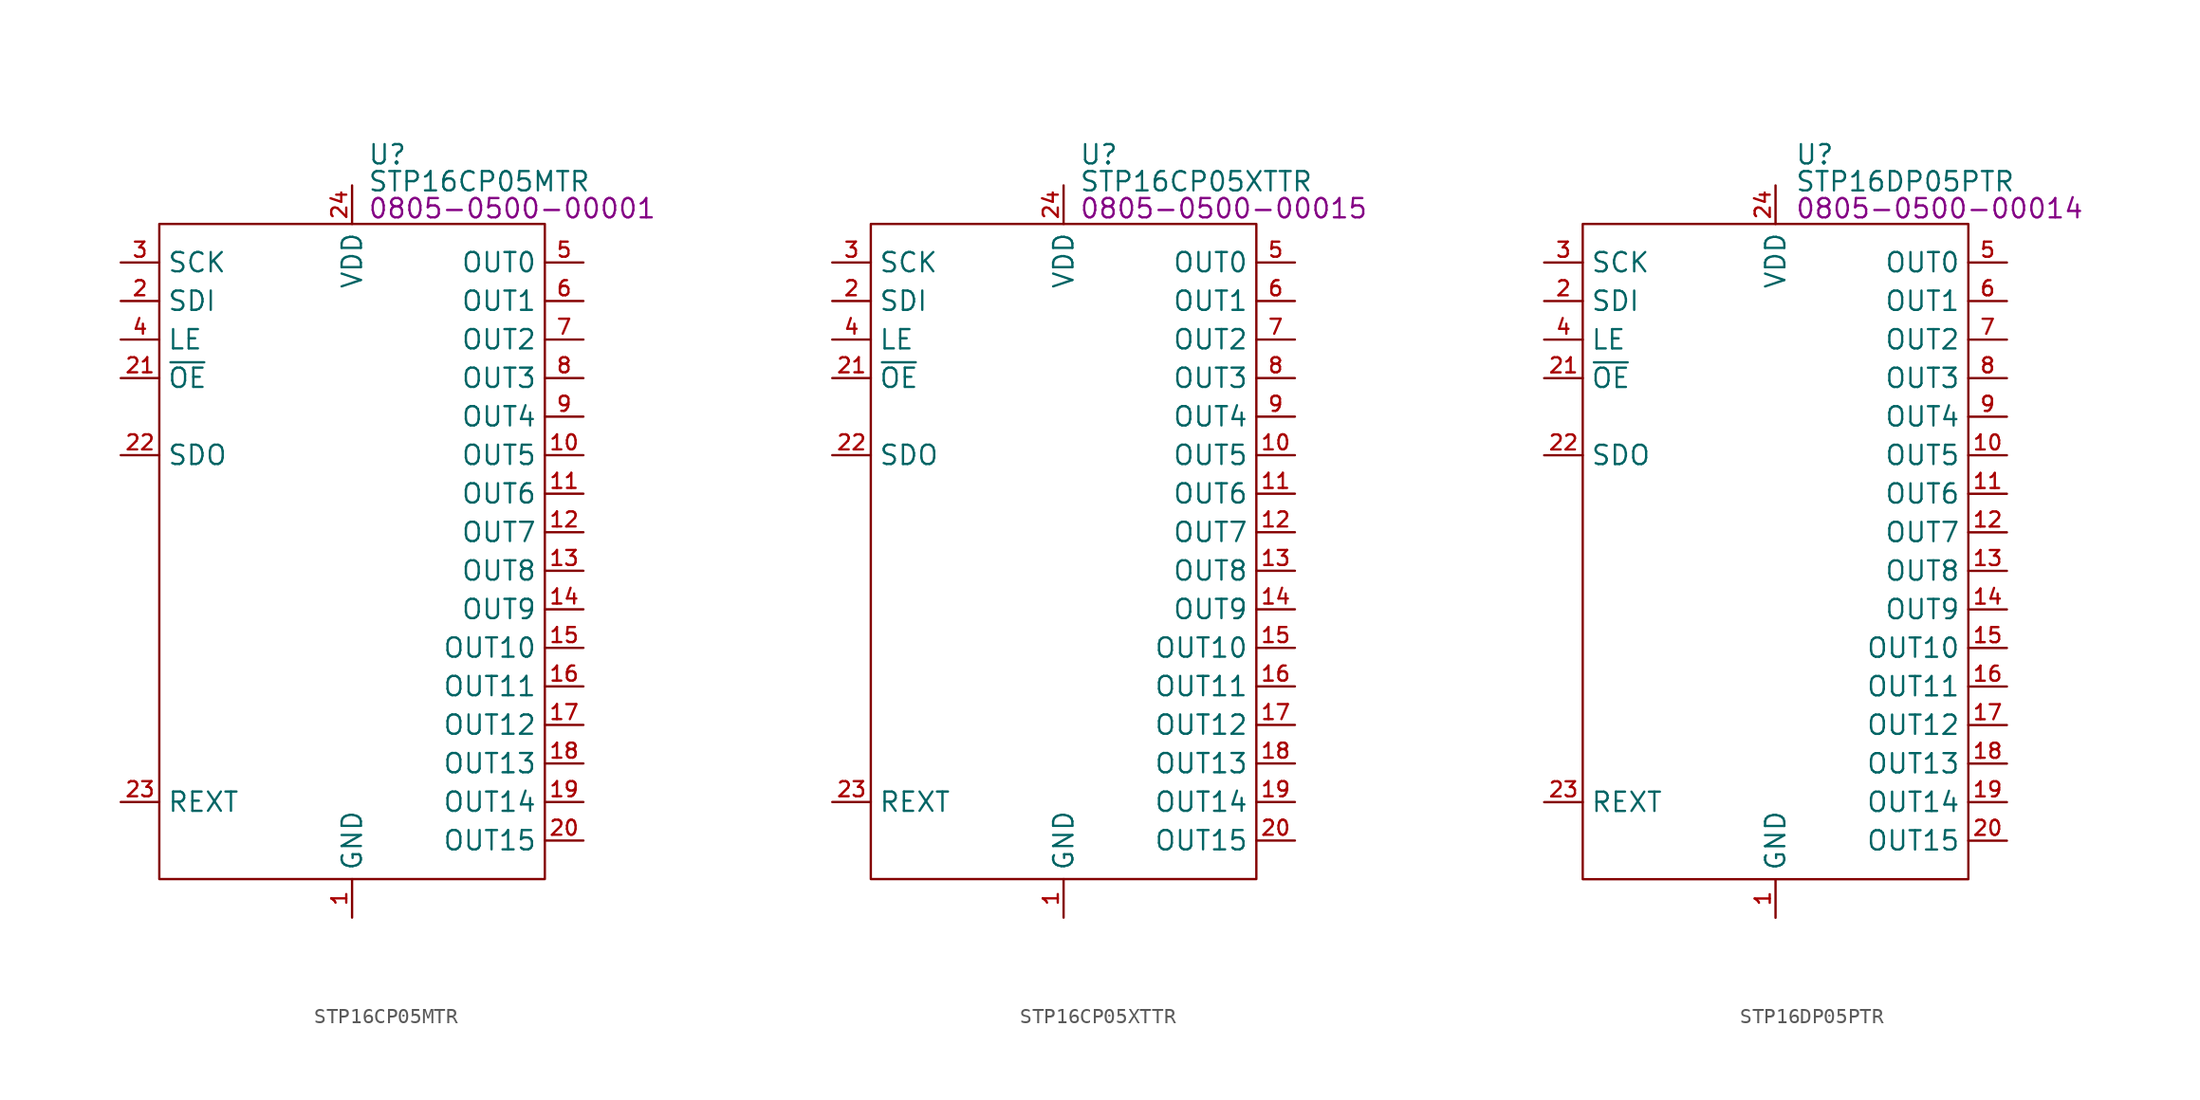
<source format=kicad_sym>
(kicad_symbol_lib
  (version 20231120)
  (generator "kicad_symbol_editor")
  (generator_version "8.0")
  (symbol "STP16CP05MTR"
    (property "Reference" "U"
      (at 13.716 4.572 0)
      (effects (font (size 1.27 1.27)) (justify left)))
    (property "Value" "STP16CP05MTR"
      (at 13.716 2.794 0)
      (effects (font (size 1.27 1.27)) (justify left)))
    (property "PartNumber" "0805-0500-00001"
      (at 13.716 1.016 0)
      (effects (font (size 1.27 1.27)) (justify left)))
    (symbol "STP16CP05MTR_0_0"
      (pin power_in line (at 12.7 -45.72 90) (length 2.54) (name "GND" (effects (font (size 1.27 1.27)))) (number "1" (effects (font (size 0.991 0.991)))))
      (pin input line (at 27.94 -15.24 180) (length 2.54) (name "OUT5" (effects (font (size 1.27 1.27)))) (number "10" (effects (font (size 0.991 0.991)))))
      (pin input line (at 27.94 -17.78 180) (length 2.54) (name "OUT6" (effects (font (size 1.27 1.27)))) (number "11" (effects (font (size 0.991 0.991)))))
      (pin input line (at 27.94 -20.32 180) (length 2.54) (name "OUT7" (effects (font (size 1.27 1.27)))) (number "12" (effects (font (size 0.991 0.991)))))
      (pin input line (at 27.94 -22.86 180) (length 2.54) (name "OUT8" (effects (font (size 1.27 1.27)))) (number "13" (effects (font (size 0.991 0.991)))))
      (pin input line (at 27.94 -25.4 180) (length 2.54) (name "OUT9" (effects (font (size 1.27 1.27)))) (number "14" (effects (font (size 0.991 0.991)))))
      (pin input line (at 27.94 -27.94 180) (length 2.54) (name "OUT10" (effects (font (size 1.27 1.27)))) (number "15" (effects (font (size 0.991 0.991)))))
      (pin input line (at 27.94 -30.48 180) (length 2.54) (name "OUT11" (effects (font (size 1.27 1.27)))) (number "16" (effects (font (size 0.991 0.991)))))
      (pin input line (at 27.94 -33.02 180) (length 2.54) (name "OUT12" (effects (font (size 1.27 1.27)))) (number "17" (effects (font (size 0.991 0.991)))))
      (pin input line (at 27.94 -35.56 180) (length 2.54) (name "OUT13" (effects (font (size 1.27 1.27)))) (number "18" (effects (font (size 0.991 0.991)))))
      (pin input line (at 27.94 -38.1 180) (length 2.54) (name "OUT14" (effects (font (size 1.27 1.27)))) (number "19" (effects (font (size 0.991 0.991)))))
      (pin input line (at -2.54 -5.08 0) (length 2.54) (name "SDI" (effects (font (size 1.27 1.27)))) (number "2" (effects (font (size 0.991 0.991)))))
      (pin input line (at 27.94 -40.64 180) (length 2.54) (name "OUT15" (effects (font (size 1.27 1.27)))) (number "20" (effects (font (size 0.991 0.991)))))
      (pin output line (at -2.54 -15.24 0) (length 2.54) (name "SDO" (effects (font (size 1.27 1.27)))) (number "22" (effects (font (size 0.991 0.991)))))
      (pin input line (at -2.54 -38.1 0) (length 2.54) (name "REXT" (effects (font (size 1.27 1.27)))) (number "23" (effects (font (size 0.991 0.991)))))
      (pin power_in line (at 12.7 2.54 270) (length 2.54) (name "VDD" (effects (font (size 1.27 1.27)))) (number "24" (effects (font (size 0.991 0.991)))))
      (pin input line (at -2.54 -2.54 0) (length 2.54) (name "SCK" (effects (font (size 1.27 1.27)))) (number "3" (effects (font (size 0.991 0.991)))))
      (pin input line (at -2.54 -7.62 0) (length 2.54) (name "LE" (effects (font (size 1.27 1.27)))) (number "4" (effects (font (size 0.991 0.991)))))
      (pin input line (at 27.94 -2.54 180) (length 2.54) (name "OUT0" (effects (font (size 1.27 1.27)))) (number "5" (effects (font (size 0.991 0.991)))))
      (pin input line (at 27.94 -5.08 180) (length 2.54) (name "OUT1" (effects (font (size 1.27 1.27)))) (number "6" (effects (font (size 0.991 0.991)))))
      (pin input line (at 27.94 -7.62 180) (length 2.54) (name "OUT2" (effects (font (size 1.27 1.27)))) (number "7" (effects (font (size 0.991 0.991)))))
      (pin input line (at 27.94 -10.16 180) (length 2.54) (name "OUT3" (effects (font (size 1.27 1.27)))) (number "8" (effects (font (size 0.991 0.991)))))
      (pin input line (at 27.94 -12.7 180) (length 2.54) (name "OUT4" (effects (font (size 1.27 1.27)))) (number "9" (effects (font (size 0.991 0.991))))))
    (symbol "STP16CP05MTR_0_1"
      (rectangle (start 0 0) (end 25.4 -43.18) (stroke (width 0) (type default)) (fill (type none))))
    (symbol "STP16CP05MTR_1_0"
      (pin input line (at -2.54 -10.16 0) (length 2.54) (name "~{OE}" (effects (font (size 1.27 1.27)))) (number "21" (effects (font (size 0.991 0.991)))))))
  (symbol "STP16CP05XTTR"
    (property "Reference" "U"
      (at 13.716 4.572 0)
      (effects (font (size 1.27 1.27)) (justify left)))
    (property "Value" "STP16CP05XTTR"
      (at 13.716 2.794 0)
      (effects (font (size 1.27 1.27)) (justify left)))
    (property "PartNumber" "0805-0500-00015"
      (at 13.716 1.016 0)
      (effects (font (size 1.27 1.27)) (justify left)))
    (symbol "STP16CP05XTTR_0_0"
      (pin power_in line (at 12.7 -45.72 90) (length 2.54) (name "GND" (effects (font (size 1.27 1.27)))) (number "1" (effects (font (size 0.991 0.991)))))
      (pin input line (at 27.94 -15.24 180) (length 2.54) (name "OUT5" (effects (font (size 1.27 1.27)))) (number "10" (effects (font (size 0.991 0.991)))))
      (pin input line (at 27.94 -17.78 180) (length 2.54) (name "OUT6" (effects (font (size 1.27 1.27)))) (number "11" (effects (font (size 0.991 0.991)))))
      (pin input line (at 27.94 -20.32 180) (length 2.54) (name "OUT7" (effects (font (size 1.27 1.27)))) (number "12" (effects (font (size 0.991 0.991)))))
      (pin input line (at 27.94 -22.86 180) (length 2.54) (name "OUT8" (effects (font (size 1.27 1.27)))) (number "13" (effects (font (size 0.991 0.991)))))
      (pin input line (at 27.94 -25.4 180) (length 2.54) (name "OUT9" (effects (font (size 1.27 1.27)))) (number "14" (effects (font (size 0.991 0.991)))))
      (pin input line (at 27.94 -27.94 180) (length 2.54) (name "OUT10" (effects (font (size 1.27 1.27)))) (number "15" (effects (font (size 0.991 0.991)))))
      (pin input line (at 27.94 -30.48 180) (length 2.54) (name "OUT11" (effects (font (size 1.27 1.27)))) (number "16" (effects (font (size 0.991 0.991)))))
      (pin input line (at 27.94 -33.02 180) (length 2.54) (name "OUT12" (effects (font (size 1.27 1.27)))) (number "17" (effects (font (size 0.991 0.991)))))
      (pin input line (at 27.94 -35.56 180) (length 2.54) (name "OUT13" (effects (font (size 1.27 1.27)))) (number "18" (effects (font (size 0.991 0.991)))))
      (pin input line (at 27.94 -38.1 180) (length 2.54) (name "OUT14" (effects (font (size 1.27 1.27)))) (number "19" (effects (font (size 0.991 0.991)))))
      (pin input line (at -2.54 -5.08 0) (length 2.54) (name "SDI" (effects (font (size 1.27 1.27)))) (number "2" (effects (font (size 0.991 0.991)))))
      (pin input line (at 27.94 -40.64 180) (length 2.54) (name "OUT15" (effects (font (size 1.27 1.27)))) (number "20" (effects (font (size 0.991 0.991)))))
      (pin output line (at -2.54 -15.24 0) (length 2.54) (name "SDO" (effects (font (size 1.27 1.27)))) (number "22" (effects (font (size 0.991 0.991)))))
      (pin input line (at -2.54 -38.1 0) (length 2.54) (name "REXT" (effects (font (size 1.27 1.27)))) (number "23" (effects (font (size 0.991 0.991)))))
      (pin power_in line (at 12.7 2.54 270) (length 2.54) (name "VDD" (effects (font (size 1.27 1.27)))) (number "24" (effects (font (size 0.991 0.991)))))
      (pin power_in line (at 12.7 -45.72 90) (length 2.54) hide (name "GND" (effects (font (size 1.27 1.27)))) (number "25" (effects (font (size 0.991 0.991)))))
      (pin input line (at -2.54 -2.54 0) (length 2.54) (name "SCK" (effects (font (size 1.27 1.27)))) (number "3" (effects (font (size 0.991 0.991)))))
      (pin input line (at -2.54 -7.62 0) (length 2.54) (name "LE" (effects (font (size 1.27 1.27)))) (number "4" (effects (font (size 0.991 0.991)))))
      (pin input line (at 27.94 -2.54 180) (length 2.54) (name "OUT0" (effects (font (size 1.27 1.27)))) (number "5" (effects (font (size 0.991 0.991)))))
      (pin input line (at 27.94 -5.08 180) (length 2.54) (name "OUT1" (effects (font (size 1.27 1.27)))) (number "6" (effects (font (size 0.991 0.991)))))
      (pin input line (at 27.94 -7.62 180) (length 2.54) (name "OUT2" (effects (font (size 1.27 1.27)))) (number "7" (effects (font (size 0.991 0.991)))))
      (pin input line (at 27.94 -10.16 180) (length 2.54) (name "OUT3" (effects (font (size 1.27 1.27)))) (number "8" (effects (font (size 0.991 0.991)))))
      (pin input line (at 27.94 -12.7 180) (length 2.54) (name "OUT4" (effects (font (size 1.27 1.27)))) (number "9" (effects (font (size 0.991 0.991))))))
    (symbol "STP16CP05XTTR_0_1"
      (rectangle (start 0 0) (end 25.4 -43.18) (stroke (width 0) (type default)) (fill (type none))))
    (symbol "STP16CP05XTTR_1_0"
      (pin input line (at -2.54 -10.16 0) (length 2.54) (name "~{OE}" (effects (font (size 1.27 1.27)))) (number "21" (effects (font (size 0.991 0.991)))))))
  (symbol "STP16DP05PTR"
    (property "Reference" "U"
      (at 13.97 4.572 0)
      (effects (font (size 1.27 1.27)) (justify left)))
    (property "Value" "STP16DP05PTR"
      (at 13.97 2.794 0)
      (effects (font (size 1.27 1.27)) (justify left)))
    (property "PartNumber" "0805-0500-00014"
      (at 13.97 1.016 0)
      (effects (font (size 1.27 1.27)) (justify left)))
    (symbol "STP16DP05PTR_0_0"
      (pin power_in line (at 12.7 -45.72 90) (length 2.54) (name "GND" (effects (font (size 1.27 1.27)))) (number "1" (effects (font (size 0.991 0.991)))))
      (pin input line (at 27.94 -15.24 180) (length 2.54) (name "OUT5" (effects (font (size 1.27 1.27)))) (number "10" (effects (font (size 0.991 0.991)))))
      (pin input line (at 27.94 -17.78 180) (length 2.54) (name "OUT6" (effects (font (size 1.27 1.27)))) (number "11" (effects (font (size 0.991 0.991)))))
      (pin input line (at 27.94 -20.32 180) (length 2.54) (name "OUT7" (effects (font (size 1.27 1.27)))) (number "12" (effects (font (size 0.991 0.991)))))
      (pin input line (at 27.94 -22.86 180) (length 2.54) (name "OUT8" (effects (font (size 1.27 1.27)))) (number "13" (effects (font (size 0.991 0.991)))))
      (pin input line (at 27.94 -25.4 180) (length 2.54) (name "OUT9" (effects (font (size 1.27 1.27)))) (number "14" (effects (font (size 0.991 0.991)))))
      (pin input line (at 27.94 -27.94 180) (length 2.54) (name "OUT10" (effects (font (size 1.27 1.27)))) (number "15" (effects (font (size 0.991 0.991)))))
      (pin input line (at 27.94 -30.48 180) (length 2.54) (name "OUT11" (effects (font (size 1.27 1.27)))) (number "16" (effects (font (size 0.991 0.991)))))
      (pin input line (at 27.94 -33.02 180) (length 2.54) (name "OUT12" (effects (font (size 1.27 1.27)))) (number "17" (effects (font (size 0.991 0.991)))))
      (pin input line (at 27.94 -35.56 180) (length 2.54) (name "OUT13" (effects (font (size 1.27 1.27)))) (number "18" (effects (font (size 0.991 0.991)))))
      (pin input line (at 27.94 -38.1 180) (length 2.54) (name "OUT14" (effects (font (size 1.27 1.27)))) (number "19" (effects (font (size 0.991 0.991)))))
      (pin input line (at -2.54 -5.08 0) (length 2.54) (name "SDI" (effects (font (size 1.27 1.27)))) (number "2" (effects (font (size 0.991 0.991)))))
      (pin input line (at 27.94 -40.64 180) (length 2.54) (name "OUT15" (effects (font (size 1.27 1.27)))) (number "20" (effects (font (size 0.991 0.991)))))
      (pin output line (at -2.54 -15.24 0) (length 2.54) (name "SDO" (effects (font (size 1.27 1.27)))) (number "22" (effects (font (size 0.991 0.991)))))
      (pin input line (at -2.54 -38.1 0) (length 2.54) (name "REXT" (effects (font (size 1.27 1.27)))) (number "23" (effects (font (size 0.991 0.991)))))
      (pin power_in line (at 12.7 2.54 270) (length 2.54) (name "VDD" (effects (font (size 1.27 1.27)))) (number "24" (effects (font (size 0.991 0.991)))))
      (pin input line (at -2.54 -2.54 0) (length 2.54) (name "SCK" (effects (font (size 1.27 1.27)))) (number "3" (effects (font (size 0.991 0.991)))))
      (pin input line (at -2.54 -7.62 0) (length 2.54) (name "LE" (effects (font (size 1.27 1.27)))) (number "4" (effects (font (size 0.991 0.991)))))
      (pin input line (at 27.94 -2.54 180) (length 2.54) (name "OUT0" (effects (font (size 1.27 1.27)))) (number "5" (effects (font (size 0.991 0.991)))))
      (pin input line (at 27.94 -5.08 180) (length 2.54) (name "OUT1" (effects (font (size 1.27 1.27)))) (number "6" (effects (font (size 0.991 0.991)))))
      (pin input line (at 27.94 -7.62 180) (length 2.54) (name "OUT2" (effects (font (size 1.27 1.27)))) (number "7" (effects (font (size 0.991 0.991)))))
      (pin input line (at 27.94 -10.16 180) (length 2.54) (name "OUT3" (effects (font (size 1.27 1.27)))) (number "8" (effects (font (size 0.991 0.991)))))
      (pin input line (at 27.94 -12.7 180) (length 2.54) (name "OUT4" (effects (font (size 1.27 1.27)))) (number "9" (effects (font (size 0.991 0.991))))))
    (symbol "STP16DP05PTR_0_1"
      (rectangle (start 0 0) (end 25.4 -43.18) (stroke (width 0) (type default)) (fill (type none))))
    (symbol "STP16DP05PTR_1_0"
      (pin input line (at -2.54 -10.16 0) (length 2.54) (name "~{OE}" (effects (font (size 1.27 1.27)))) (number "21" (effects (font (size 0.991 0.991))))))))
</source>
